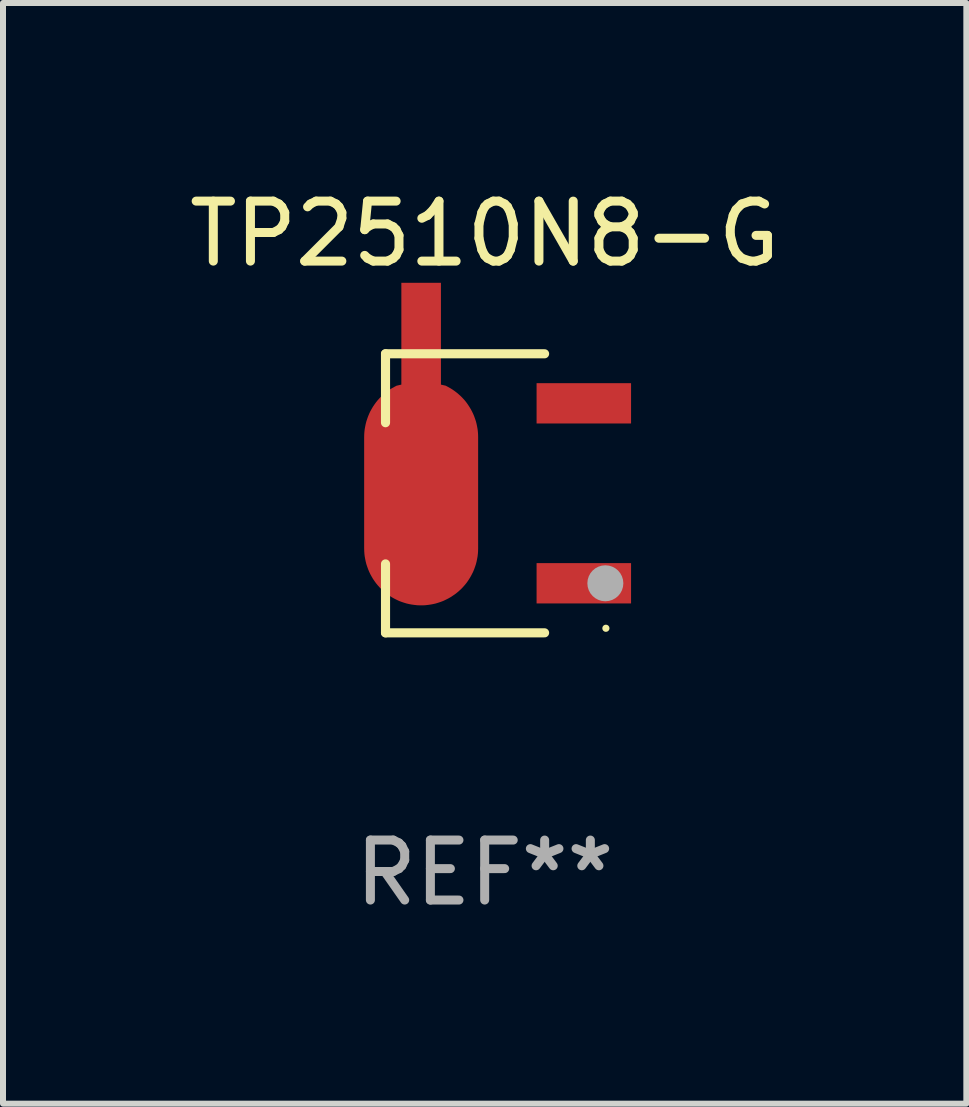
<source format=kicad_pcb>
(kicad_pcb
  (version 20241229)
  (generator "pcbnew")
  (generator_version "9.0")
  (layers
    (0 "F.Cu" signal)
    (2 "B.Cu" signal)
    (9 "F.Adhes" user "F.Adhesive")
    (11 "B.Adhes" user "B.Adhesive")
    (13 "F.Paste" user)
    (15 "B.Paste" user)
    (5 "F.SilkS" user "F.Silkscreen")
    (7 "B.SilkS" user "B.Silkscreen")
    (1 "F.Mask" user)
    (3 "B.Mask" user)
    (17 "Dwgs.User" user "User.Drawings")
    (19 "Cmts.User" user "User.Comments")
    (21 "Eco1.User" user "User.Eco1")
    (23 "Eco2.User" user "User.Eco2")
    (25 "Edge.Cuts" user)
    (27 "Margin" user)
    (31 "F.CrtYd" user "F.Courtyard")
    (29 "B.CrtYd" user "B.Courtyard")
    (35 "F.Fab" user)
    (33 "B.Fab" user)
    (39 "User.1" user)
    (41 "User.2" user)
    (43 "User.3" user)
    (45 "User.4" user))
  (footprint "TP2510N8-G"
    (layer "F.Cu")
    (at 5.03 5.174)
    (property "Reference" "TP2510N8-G" (at 0 -4.326 0) (layer "F.SilkS") (effects (font (size 1 1) (thickness 0.15))))
    (attr through_hole)
    (fp_line (start -1.653 -2.326) (end -1.653 -1.177) (stroke (width 0.152) (type solid)) (layer "F.SilkS"))
    (fp_line (start -1.653 2.326) (end -1.653 1.177) (stroke (width 0.152) (type solid)) (layer "F.SilkS"))
    (fp_line (start 0.999 -2.326) (end -1.653 -2.326) (stroke (width 0.152) (type solid)) (layer "F.SilkS"))
    (fp_line (start 0.999 2.326) (end -1.653 2.326) (stroke (width 0.152) (type solid)) (layer "F.SilkS"))
    (fp_circle (center 2.021 2.25) (end 2.051 2.25) (stroke (width 0.06) (type solid)) (fill no) (layer "F.SilkS"))
    (fp_circle (center 2.012 1.5) (end 2.162 1.5) (stroke (width 0.3) (type solid)) (fill no) (layer "F.Fab"))
    (fp_text user "REF**" (at 0 6.326 0) (layer "F.Fab") (effects (font (size 1 1) (thickness 0.15))))
    (pad "1" smd rect (at 1.653 1.5) (size 1.575 0.672) (layers "F.Cu" "F.Mask" "F.Paste"))
    (pad "2" smd custom (at -1.059 -0.009 90) (size 1.9 5.377) (layers "F.Cu" "F.Mask" "F.Paste") (options (anchor circle)) (primitives (gr_poly (pts (xy -0.927 -0.95) (xy 0.927 -0.95) (xy 0.972 -0.949) (xy 1.016 -0.946) (xy 1.06 -0.941) (xy 1.104 -0.933) (xy 1.148 -0.924) (xy 1.191 -0.913) (xy 1.233 -0.899) (xy 1.275 -0.884) (xy 1.316 -0.867) (xy 1.357 -0.848) (xy 1.396 -0.826) (xy 1.434 -0.804) (xy 1.471 -0.779) (xy 1.507 -0.753) (xy 1.542 -0.725) (xy 1.575 -0.695) (xy 1.607 -0.664) (xy 1.637 -0.631) (xy 1.666 -0.597) (xy 1.693 -0.562) (xy 1.719 -0.526) (xy 1.742 -0.488) (xy 1.764 -0.449) (xy 1.785 -0.409) (xy 1.803 -0.33) (xy 3.5 -0.33) (xy 3.5 0.33) (xy 1.803 0.33) (xy 1.785 0.409) (xy 1.764 0.449) (xy 1.742 0.488) (xy 1.719 0.525) (xy 1.693 0.562) (xy 1.666 0.597) (xy 1.637 0.631) (xy 1.607 0.664) (xy 1.575 0.695) (xy 1.542 0.725) (xy 1.507 0.753) (xy 1.471 0.779) (xy 1.434 0.803) (xy 1.396 0.826) (xy 1.357 0.847) (xy 1.316 0.867) (xy 1.275 0.884) (xy 1.233 0.899) (xy 1.191 0.913) (xy 1.148 0.924) (xy 1.104 0.933) (xy 1.06 0.941) (xy 1.016 0.946) (xy 0.972 0.949) (xy 0.927 0.95) (xy -0.927 0.95) (xy -0.972 0.949) (xy -1.016 0.946) (xy -1.06 0.941) (xy -1.104 0.933) (xy -1.148 0.924) (xy -1.191 0.913) (xy -1.233 0.899) (xy -1.275 0.884) (xy -1.316 0.867) (xy -1.356 0.847) (xy -1.396 0.826) (xy -1.434 0.803) (xy -1.471 0.779) (xy -1.507 0.753) (xy -1.541 0.725) (xy -1.575 0.695) (xy -1.607 0.664) (xy -1.637 0.631) (xy -1.666 0.597) (xy -1.693 0.562) (xy -1.718 0.525) (xy -1.742 0.488) (xy -1.764 0.449) (xy -1.784 0.409) (xy -1.803 0.369) (xy -1.819 0.327) (xy -1.833 0.285) (xy -1.846 0.242) (xy -1.856 0.199) (xy -1.864 0.155) (xy -1.87 0.111) (xy -1.875 0.067) (xy -1.877 0.022) (xy -1.877 -0.022) (xy -1.875 -0.067) (xy -1.87 -0.111) (xy -1.864 -0.155) (xy -1.856 -0.199) (xy -1.846 -0.242) (xy -1.833 -0.285) (xy -1.819 -0.327) (xy -1.803 -0.369) (xy -1.784 -0.409) (xy -1.764 -0.449) (xy -1.742 -0.488) (xy -1.718 -0.526) (xy -1.693 -0.562) (xy -1.666 -0.597) (xy -1.637 -0.631) (xy -1.607 -0.664) (xy -1.575 -0.695) (xy -1.541 -0.725) (xy -1.507 -0.753) (xy -1.471 -0.779) (xy -1.434 -0.804) (xy -1.396 -0.826) (xy -1.356 -0.848) (xy -1.316 -0.867) (xy -1.275 -0.884) (xy -1.233 -0.899) (xy -1.191 -0.913) (xy -1.148 -0.924) (xy -1.104 -0.933) (xy -1.06 -0.941) (xy -1.016 -0.946) (xy -0.972 -0.949) (xy -0.927 -0.95)) (width 0) (fill yes))))
    (pad "3" smd rect (at 1.653 -1.5) (size 1.575 0.672) (layers "F.Cu" "F.Mask" "F.Paste")))
  (gr_rect
    (start -3 -3)
    (end 13.06 15.349)
    (stroke (width 0.1) (type default))
    (fill no)
    (layer "Edge.Cuts")))
</source>
